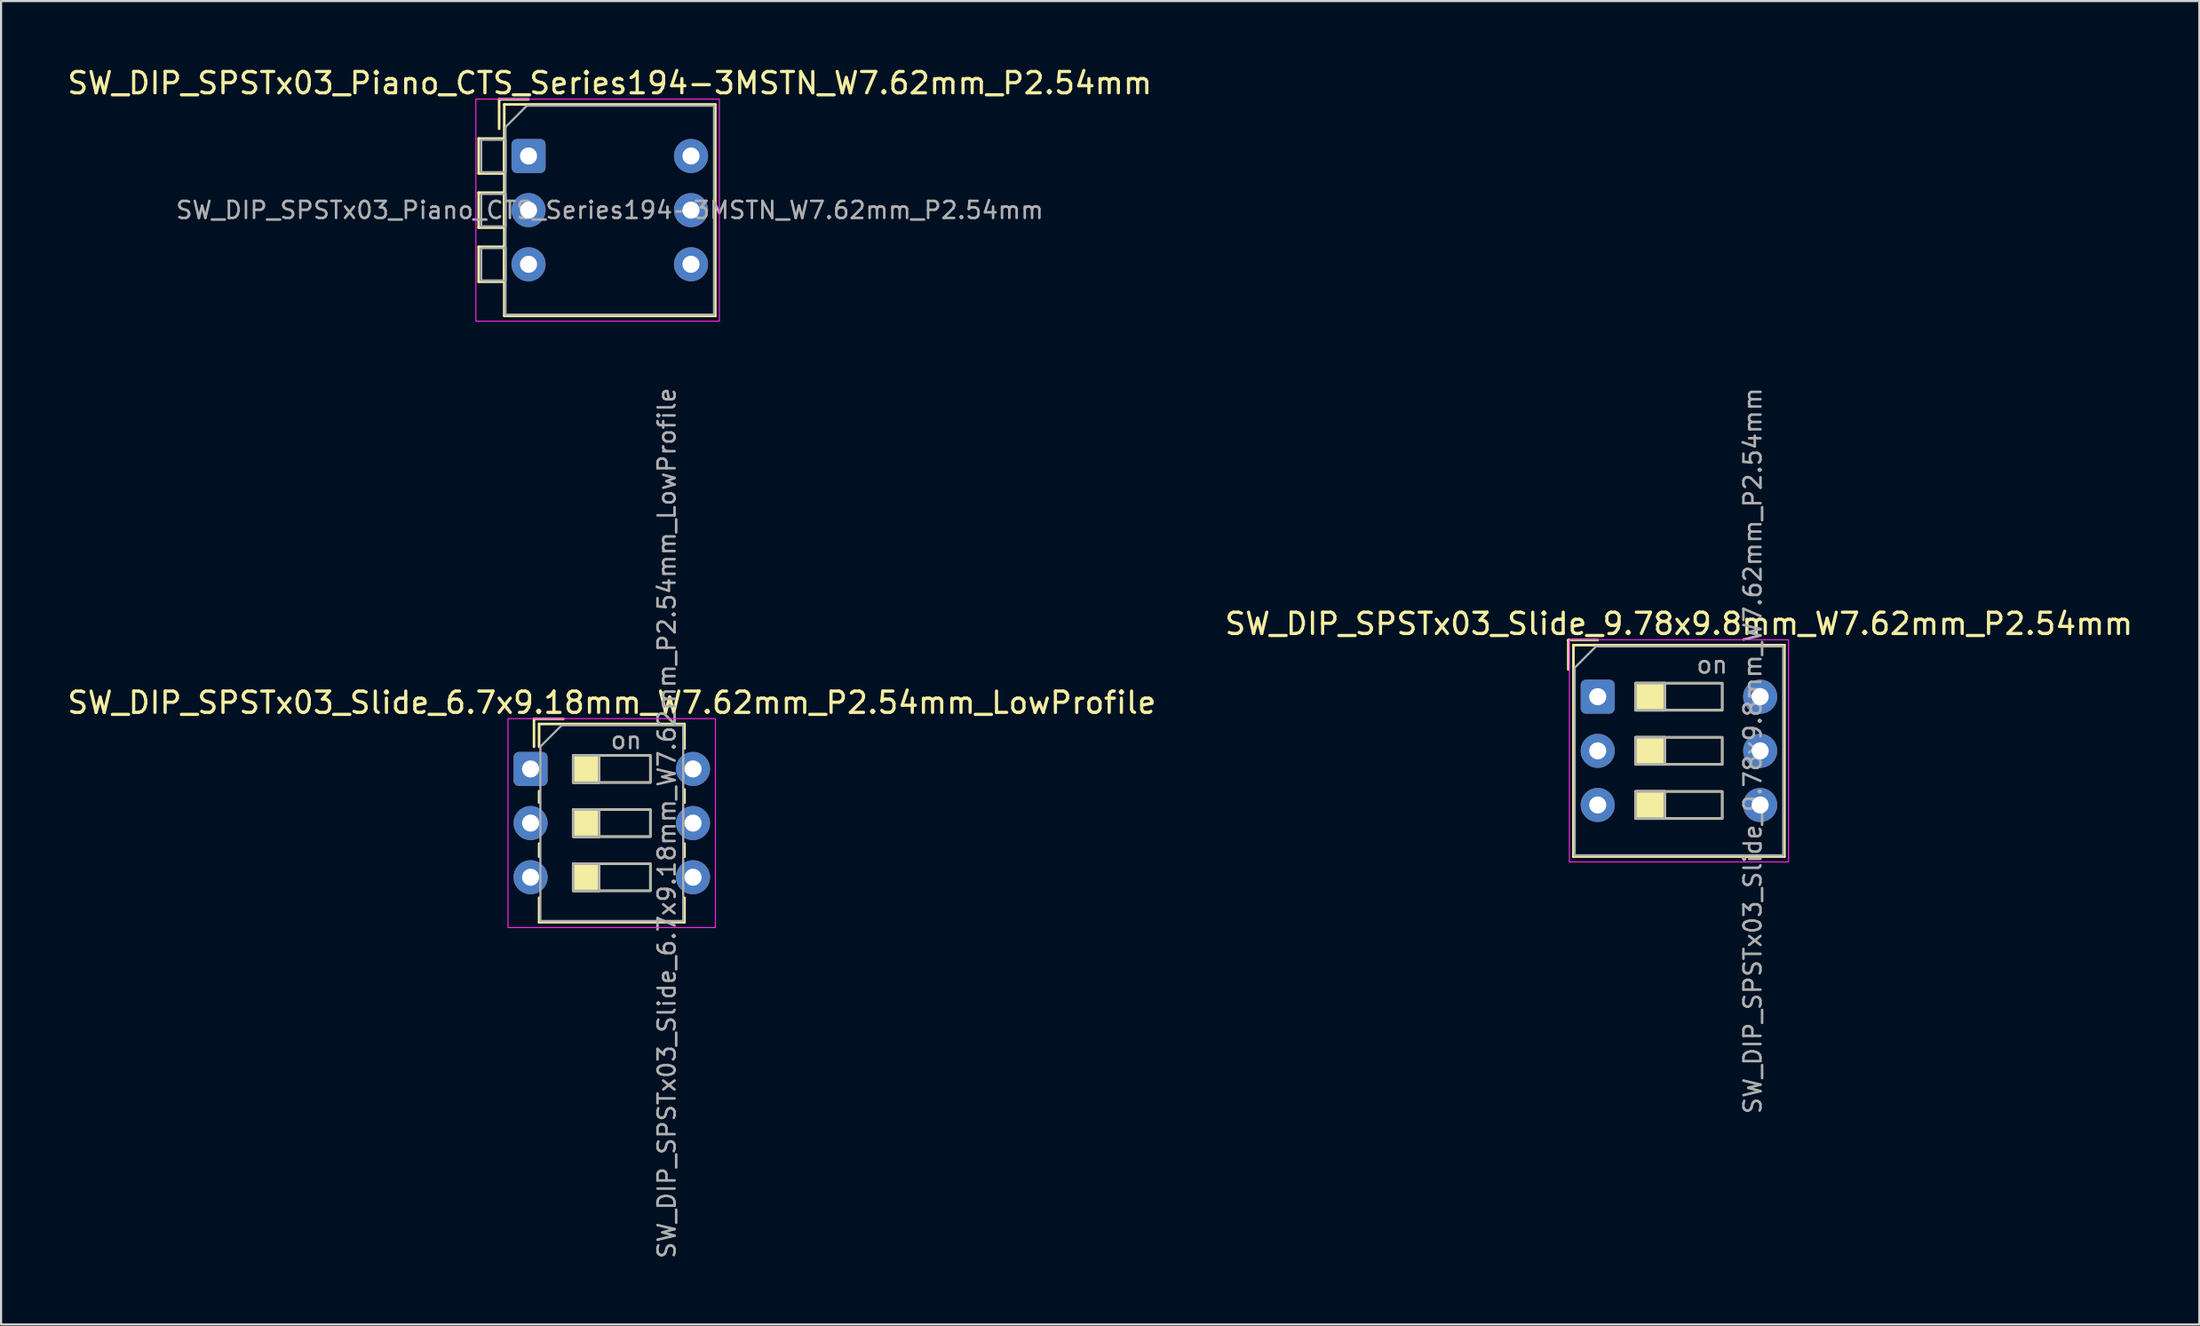
<source format=kicad_pcb>
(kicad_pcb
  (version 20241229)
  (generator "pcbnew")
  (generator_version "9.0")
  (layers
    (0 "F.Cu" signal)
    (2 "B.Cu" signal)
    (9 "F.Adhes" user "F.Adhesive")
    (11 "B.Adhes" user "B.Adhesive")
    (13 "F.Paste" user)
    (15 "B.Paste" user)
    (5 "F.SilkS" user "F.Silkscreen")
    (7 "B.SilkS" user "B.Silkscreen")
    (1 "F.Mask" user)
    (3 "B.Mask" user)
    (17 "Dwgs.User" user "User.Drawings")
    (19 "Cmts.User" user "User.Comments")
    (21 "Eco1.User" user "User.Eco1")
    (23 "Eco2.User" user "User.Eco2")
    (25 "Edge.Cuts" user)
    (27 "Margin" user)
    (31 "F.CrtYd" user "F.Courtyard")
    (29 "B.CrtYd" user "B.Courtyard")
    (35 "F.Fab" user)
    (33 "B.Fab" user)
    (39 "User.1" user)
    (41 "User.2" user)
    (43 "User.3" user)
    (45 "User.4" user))
  (footprint "SW_DIP_SPSTx03_Slide_9.78x9.8mm_W7.62mm_P2.54mm"
    (layer "F.Cu")
    (at 71.898 29.632)
    (property "Reference" "SW_DIP_SPSTx03_Slide_9.78x9.8mm_W7.62mm_P2.54mm" (at 3.81 -3.42 0) (layer "F.SilkS") (effects (font (size 1 1) (thickness 0.15))))
    (attr through_hole)
    (fp_line (start -1.38 -2.66) (end -1.38 -1.277) (stroke (width 0.12) (type solid)) (layer "F.SilkS"))
    (fp_line (start -1.38 -2.66) (end 0.003 -2.66) (stroke (width 0.12) (type solid)) (layer "F.SilkS"))
    (fp_line (start -1.14 -2.42) (end -1.14 7.5) (stroke (width 0.12) (type solid)) (layer "F.SilkS"))
    (fp_line (start -1.14 -2.42) (end 8.76 -2.42) (stroke (width 0.12) (type solid)) (layer "F.SilkS"))
    (fp_line (start -1.14 7.5) (end 8.76 7.5) (stroke (width 0.12) (type solid)) (layer "F.SilkS"))
    (fp_line (start 3.133 -0.635) (end 3.133 0.635) (stroke (width 0.12) (type solid)) (layer "F.SilkS"))
    (fp_line (start 3.133 1.905) (end 3.133 3.175) (stroke (width 0.12) (type solid)) (layer "F.SilkS"))
    (fp_line (start 3.133 4.445) (end 3.133 5.715) (stroke (width 0.12) (type solid)) (layer "F.SilkS"))
    (fp_line (start 8.76 -2.42) (end 8.76 7.5) (stroke (width 0.12) (type solid)) (layer "F.SilkS"))
    (fp_rect (start 1.78 -0.635) (end 3.133 0.635) (stroke (width 0.12) (type solid)) (fill yes) (layer "F.SilkS"))
    (fp_rect (start 1.78 -0.635) (end 5.84 0.635) (stroke (width 0.12) (type solid)) (fill no) (layer "F.SilkS"))
    (fp_rect (start 1.78 1.905) (end 3.133 3.175) (stroke (width 0.12) (type solid)) (fill yes) (layer "F.SilkS"))
    (fp_rect (start 1.78 1.905) (end 5.84 3.175) (stroke (width 0.12) (type solid)) (fill no) (layer "F.SilkS"))
    (fp_rect (start 1.78 4.445) (end 3.133 5.715) (stroke (width 0.12) (type solid)) (fill yes) (layer "F.SilkS"))
    (fp_rect (start 1.78 4.445) (end 5.84 5.715) (stroke (width 0.12) (type solid)) (fill no) (layer "F.SilkS"))
    (fp_rect (start -1.33 -2.67) (end 8.95 7.75) (stroke (width 0.05) (type solid)) (fill no) (layer "F.CrtYd"))
    (fp_line (start -1.08 -1.36) (end -0.08 -2.36) (stroke (width 0.1) (type solid)) (layer "F.Fab"))
    (fp_line (start -1.08 7.44) (end -1.08 -1.36) (stroke (width 0.1) (type solid)) (layer "F.Fab"))
    (fp_line (start -0.08 -2.36) (end 8.7 -2.36) (stroke (width 0.1) (type solid)) (layer "F.Fab"))
    (fp_line (start 3.133 -0.635) (end 3.133 0.635) (stroke (width 0.1) (type solid)) (layer "F.Fab"))
    (fp_line (start 3.133 1.905) (end 3.133 3.175) (stroke (width 0.1) (type solid)) (layer "F.Fab"))
    (fp_line (start 3.133 4.445) (end 3.133 5.715) (stroke (width 0.1) (type solid)) (layer "F.Fab"))
    (fp_line (start 8.7 -2.36) (end 8.7 7.44) (stroke (width 0.1) (type solid)) (layer "F.Fab"))
    (fp_line (start 8.7 7.44) (end -1.08 7.44) (stroke (width 0.1) (type solid)) (layer "F.Fab"))
    (fp_rect (start 1.78 -0.635) (end 3.133 0.635) (stroke (width 0.1) (type solid)) (fill no) (layer "F.Fab"))
    (fp_rect (start 1.78 -0.635) (end 5.84 0.635) (stroke (width 0.1) (type solid)) (fill no) (layer "F.Fab"))
    (fp_rect (start 1.78 1.905) (end 3.133 3.175) (stroke (width 0.1) (type solid)) (fill no) (layer "F.Fab"))
    (fp_rect (start 1.78 1.905) (end 5.84 3.175) (stroke (width 0.1) (type solid)) (fill no) (layer "F.Fab"))
    (fp_rect (start 1.78 4.445) (end 3.133 5.715) (stroke (width 0.1) (type solid)) (fill no) (layer "F.Fab"))
    (fp_rect (start 1.78 4.445) (end 5.84 5.715) (stroke (width 0.1) (type solid)) (fill no) (layer "F.Fab"))
    (fp_text user "on" (at 5.365 -1.498 0) (layer "F.Fab") (effects (font (size 0.8 0.8) (thickness 0.12))))
    (fp_text user "${REFERENCE}" (at 7.27 2.54 90) (layer "F.Fab") (effects (font (size 0.8 0.8) (thickness 0.12))))
    (pad "1" thru_hole roundrect (at 0 0) (size 1.6 1.6) (drill 0.8) (layers "*.Cu" "*.Mask") (roundrect_rratio 0.156))
    (pad "2" thru_hole circle (at 0 2.54) (size 1.6 1.6) (drill 0.8) (layers "*.Cu" "*.Mask"))
    (pad "3" thru_hole circle (at 0 5.08) (size 1.6 1.6) (drill 0.8) (layers "*.Cu" "*.Mask"))
    (pad "4" thru_hole circle (at 7.62 5.08) (size 1.6 1.6) (drill 0.8) (layers "*.Cu" "*.Mask"))
    (pad "5" thru_hole circle (at 7.62 2.54) (size 1.6 1.6) (drill 0.8) (layers "*.Cu" "*.Mask"))
    (pad "6" thru_hole circle (at 7.62 0) (size 1.6 1.6) (drill 0.8) (layers "*.Cu" "*.Mask")))
  (footprint "SW_DIP_SPSTx03_Piano_CTS_Series194-3MSTN_W7.62mm_P2.54mm"
    (layer "F.Cu")
    (at 21.744 4.268)
    (property "Reference" "SW_DIP_SPSTx03_Piano_CTS_Series194-3MSTN_W7.62mm_P2.54mm" (at 3.81 -3.42 0) (layer "F.SilkS") (effects (font (size 1 1) (thickness 0.15))))
    (attr through_hole)
    (fp_line (start -2.34 -0.82) (end -2.34 0.82) (stroke (width 0.12) (type solid)) (layer "F.SilkS"))
    (fp_line (start -2.34 -0.82) (end -1.14 -0.82) (stroke (width 0.12) (type solid)) (layer "F.SilkS"))
    (fp_line (start -2.34 0.82) (end -1.14 0.82) (stroke (width 0.12) (type solid)) (layer "F.SilkS"))
    (fp_line (start -2.34 1.72) (end -2.34 3.36) (stroke (width 0.12) (type solid)) (layer "F.SilkS"))
    (fp_line (start -2.34 1.72) (end -1.14 1.72) (stroke (width 0.12) (type solid)) (layer "F.SilkS"))
    (fp_line (start -2.34 3.36) (end -1.14 3.36) (stroke (width 0.12) (type solid)) (layer "F.SilkS"))
    (fp_line (start -2.34 4.26) (end -2.34 5.9) (stroke (width 0.12) (type solid)) (layer "F.SilkS"))
    (fp_line (start -2.34 4.26) (end -1.14 4.26) (stroke (width 0.12) (type solid)) (layer "F.SilkS"))
    (fp_line (start -2.34 5.9) (end -1.14 5.9) (stroke (width 0.12) (type solid)) (layer "F.SilkS"))
    (fp_line (start -1.38 -2.66) (end -1.38 -1.277) (stroke (width 0.12) (type solid)) (layer "F.SilkS"))
    (fp_line (start -1.38 -2.66) (end 0.003 -2.66) (stroke (width 0.12) (type solid)) (layer "F.SilkS"))
    (fp_line (start -1.14 -2.42) (end -1.14 7.5) (stroke (width 0.12) (type solid)) (layer "F.SilkS"))
    (fp_line (start -1.14 -2.42) (end 8.76 -2.42) (stroke (width 0.12) (type solid)) (layer "F.SilkS"))
    (fp_line (start -1.14 -0.82) (end -1.14 0.82) (stroke (width 0.12) (type solid)) (layer "F.SilkS"))
    (fp_line (start -1.14 1.72) (end -1.14 3.36) (stroke (width 0.12) (type solid)) (layer "F.SilkS"))
    (fp_line (start -1.14 4.26) (end -1.14 5.9) (stroke (width 0.12) (type solid)) (layer "F.SilkS"))
    (fp_line (start -1.14 7.5) (end 8.76 7.5) (stroke (width 0.12) (type solid)) (layer "F.SilkS"))
    (fp_line (start 8.76 -2.42) (end 8.76 7.5) (stroke (width 0.12) (type solid)) (layer "F.SilkS"))
    (fp_rect (start -2.47 -2.67) (end 8.95 7.75) (stroke (width 0.05) (type solid)) (fill no) (layer "F.CrtYd"))
    (fp_line (start -1.08 -1.36) (end -0.08 -2.36) (stroke (width 0.1) (type solid)) (layer "F.Fab"))
    (fp_line (start -1.08 7.44) (end -1.08 -1.36) (stroke (width 0.1) (type solid)) (layer "F.Fab"))
    (fp_line (start -0.08 -2.36) (end 8.7 -2.36) (stroke (width 0.1) (type solid)) (layer "F.Fab"))
    (fp_line (start 8.7 -2.36) (end 8.7 7.44) (stroke (width 0.1) (type solid)) (layer "F.Fab"))
    (fp_line (start 8.7 7.44) (end -1.08 7.44) (stroke (width 0.1) (type solid)) (layer "F.Fab"))
    (fp_rect (start -1.08 -0.76) (end -2.22 0.76) (stroke (width 0.1) (type solid)) (fill no) (layer "F.Fab"))
    (fp_rect (start -1.08 1.78) (end -2.22 3.3) (stroke (width 0.1) (type solid)) (fill no) (layer "F.Fab"))
    (fp_rect (start -1.08 4.32) (end -2.22 5.84) (stroke (width 0.1) (type solid)) (fill no) (layer "F.Fab"))
    (fp_text user "${REFERENCE}" (at 3.81 2.54 0) (layer "F.Fab") (effects (font (size 0.8 0.8) (thickness 0.12))))
    (pad "1" thru_hole roundrect (at 0 0) (size 1.6 1.6) (drill 0.8) (layers "*.Cu" "*.Mask") (roundrect_rratio 0.156))
    (pad "2" thru_hole circle (at 0 2.54) (size 1.6 1.6) (drill 0.8) (layers "*.Cu" "*.Mask"))
    (pad "3" thru_hole circle (at 0 5.08) (size 1.6 1.6) (drill 0.8) (layers "*.Cu" "*.Mask"))
    (pad "4" thru_hole circle (at 7.62 5.08) (size 1.6 1.6) (drill 0.8) (layers "*.Cu" "*.Mask"))
    (pad "5" thru_hole circle (at 7.62 2.54) (size 1.6 1.6) (drill 0.8) (layers "*.Cu" "*.Mask"))
    (pad "6" thru_hole circle (at 7.62 0) (size 1.6 1.6) (drill 0.8) (layers "*.Cu" "*.Mask")))
  (footprint "SW_DIP_SPSTx03_Slide_6.7x9.18mm_W7.62mm_P2.54mm_LowProfile"
    (layer "F.Cu")
    (at 21.839 33.022)
    (property "Reference" "SW_DIP_SPSTx03_Slide_6.7x9.18mm_W7.62mm_P2.54mm_LowProfile" (at 3.81 -3.11 0) (layer "F.SilkS") (effects (font (size 1 1) (thickness 0.15))))
    (attr through_hole)
    (fp_line (start 0.16 -2.35) (end 0.16 -1.04) (stroke (width 0.12) (type solid)) (layer "F.SilkS"))
    (fp_line (start 0.16 -2.35) (end 1.543 -2.35) (stroke (width 0.12) (type solid)) (layer "F.SilkS"))
    (fp_line (start 0.4 -2.11) (end 0.4 -1.04) (stroke (width 0.12) (type solid)) (layer "F.SilkS"))
    (fp_line (start 0.4 -2.11) (end 7.22 -2.11) (stroke (width 0.12) (type solid)) (layer "F.SilkS"))
    (fp_line (start 0.4 1.04) (end 0.4 1.58) (stroke (width 0.12) (type solid)) (layer "F.SilkS"))
    (fp_line (start 0.4 3.5) (end 0.4 4.12) (stroke (width 0.12) (type solid)) (layer "F.SilkS"))
    (fp_line (start 0.4 6.04) (end 0.4 7.19) (stroke (width 0.12) (type solid)) (layer "F.SilkS"))
    (fp_line (start 0.4 7.19) (end 7.22 7.19) (stroke (width 0.12) (type solid)) (layer "F.SilkS"))
    (fp_line (start 3.207 -0.635) (end 3.207 0.635) (stroke (width 0.12) (type solid)) (layer "F.SilkS"))
    (fp_line (start 3.207 1.905) (end 3.207 3.175) (stroke (width 0.12) (type solid)) (layer "F.SilkS"))
    (fp_line (start 3.207 4.445) (end 3.207 5.715) (stroke (width 0.12) (type solid)) (layer "F.SilkS"))
    (fp_line (start 7.22 -2.11) (end 7.22 -0.96) (stroke (width 0.12) (type solid)) (layer "F.SilkS"))
    (fp_line (start 7.22 0.96) (end 7.22 1.58) (stroke (width 0.12) (type solid)) (layer "F.SilkS"))
    (fp_line (start 7.22 3.5) (end 7.22 4.12) (stroke (width 0.12) (type solid)) (layer "F.SilkS"))
    (fp_line (start 7.22 6.04) (end 7.22 7.19) (stroke (width 0.12) (type solid)) (layer "F.SilkS"))
    (fp_rect (start 2 -0.635) (end 3.207 0.635) (stroke (width 0.12) (type solid)) (fill yes) (layer "F.SilkS"))
    (fp_rect (start 2 -0.635) (end 5.62 0.635) (stroke (width 0.12) (type solid)) (fill no) (layer "F.SilkS"))
    (fp_rect (start 2 1.905) (end 3.207 3.175) (stroke (width 0.12) (type solid)) (fill yes) (layer "F.SilkS"))
    (fp_rect (start 2 1.905) (end 5.62 3.175) (stroke (width 0.12) (type solid)) (fill no) (layer "F.SilkS"))
    (fp_rect (start 2 4.445) (end 3.207 5.715) (stroke (width 0.12) (type solid)) (fill yes) (layer "F.SilkS"))
    (fp_rect (start 2 4.445) (end 5.62 5.715) (stroke (width 0.12) (type solid)) (fill no) (layer "F.SilkS"))
    (fp_rect (start -1.06 -2.36) (end 8.67 7.44) (stroke (width 0.05) (type solid)) (fill no) (layer "F.CrtYd"))
    (fp_line (start 0.46 -1.05) (end 1.46 -2.05) (stroke (width 0.1) (type solid)) (layer "F.Fab"))
    (fp_line (start 0.46 7.13) (end 0.46 -1.05) (stroke (width 0.1) (type solid)) (layer "F.Fab"))
    (fp_line (start 1.46 -2.05) (end 7.16 -2.05) (stroke (width 0.1) (type solid)) (layer "F.Fab"))
    (fp_line (start 3.207 -0.635) (end 3.207 0.635) (stroke (width 0.1) (type solid)) (layer "F.Fab"))
    (fp_line (start 3.207 1.905) (end 3.207 3.175) (stroke (width 0.1) (type solid)) (layer "F.Fab"))
    (fp_line (start 3.207 4.445) (end 3.207 5.715) (stroke (width 0.1) (type solid)) (layer "F.Fab"))
    (fp_line (start 7.16 -2.05) (end 7.16 7.13) (stroke (width 0.1) (type solid)) (layer "F.Fab"))
    (fp_line (start 7.16 7.13) (end 0.46 7.13) (stroke (width 0.1) (type solid)) (layer "F.Fab"))
    (fp_rect (start 2 -0.635) (end 3.207 0.635) (stroke (width 0.1) (type solid)) (fill no) (layer "F.Fab"))
    (fp_rect (start 2 -0.635) (end 5.62 0.635) (stroke (width 0.1) (type solid)) (fill no) (layer "F.Fab"))
    (fp_rect (start 2 1.905) (end 3.207 3.175) (stroke (width 0.1) (type solid)) (fill no) (layer "F.Fab"))
    (fp_rect (start 2 1.905) (end 5.62 3.175) (stroke (width 0.1) (type solid)) (fill no) (layer "F.Fab"))
    (fp_rect (start 2 4.445) (end 3.207 5.715) (stroke (width 0.1) (type solid)) (fill no) (layer "F.Fab"))
    (fp_rect (start 2 4.445) (end 5.62 5.715) (stroke (width 0.1) (type solid)) (fill no) (layer "F.Fab"))
    (fp_text user "${REFERENCE}" (at 6.39 2.54 90) (layer "F.Fab") (effects (font (size 0.8 0.8) (thickness 0.12))))
    (fp_text user "on" (at 4.485 -1.343 0) (layer "F.Fab") (effects (font (size 0.8 0.8) (thickness 0.12))))
    (pad "1" thru_hole roundrect (at 0 0) (size 1.6 1.6) (drill 0.8) (layers "*.Cu" "*.Mask") (roundrect_rratio 0.156))
    (pad "2" thru_hole circle (at 0 2.54) (size 1.6 1.6) (drill 0.8) (layers "*.Cu" "*.Mask"))
    (pad "3" thru_hole circle (at 0 5.08) (size 1.6 1.6) (drill 0.8) (layers "*.Cu" "*.Mask"))
    (pad "4" thru_hole circle (at 7.62 5.08) (size 1.6 1.6) (drill 0.8) (layers "*.Cu" "*.Mask"))
    (pad "5" thru_hole circle (at 7.62 2.54) (size 1.6 1.6) (drill 0.8) (layers "*.Cu" "*.Mask"))
    (pad "6" thru_hole circle (at 7.62 0) (size 1.6 1.6) (drill 0.8) (layers "*.Cu" "*.Mask")))
  (gr_rect
    (start -3 -3)
    (end 100.119 59.081)
    (stroke (width 0.1) (type default))
    (fill no)
    (layer "Edge.Cuts")))
</source>
